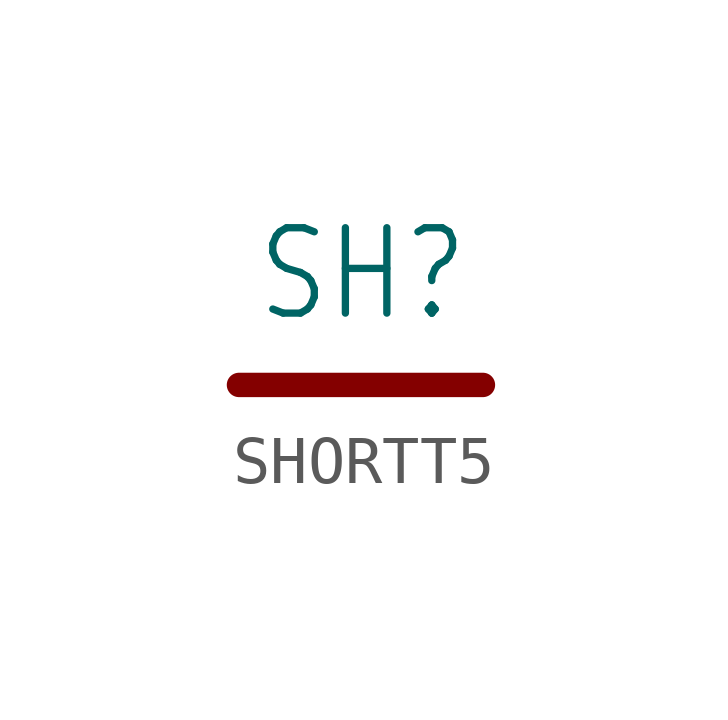
<source format=kicad_sym>
(kicad_symbol_lib
  (version 20220914)
  (generator kicad_symbol_editor)
  (symbol "SHORTT5"
    (property "Reference" "SH"
      (at -2.223 1.27 0)
      (effects (font (size 1.778 1.511)) (justify left bottom)))
    (property "ki_locked" ""
      (at 0 0 0)
      (effects (font (size 1.27 1.27))))
    (symbol "SHORTT5_1_0"
      (polyline (pts (xy -2.54 0) (xy 2.54 0)) (stroke (width 0.508) (type solid)) (fill (type none)))
      (pin bidirectional line (at -2.54 0 0) (length 0) (name "P$1" (effects (font (size 0 0)))) (number "1" (effects (font (size 0 0)))))
      (pin bidirectional line (at 2.54 0 0) (length 0) (name "P$2" (effects (font (size 0 0)))) (number "2" (effects (font (size 0 0))))))))
</source>
